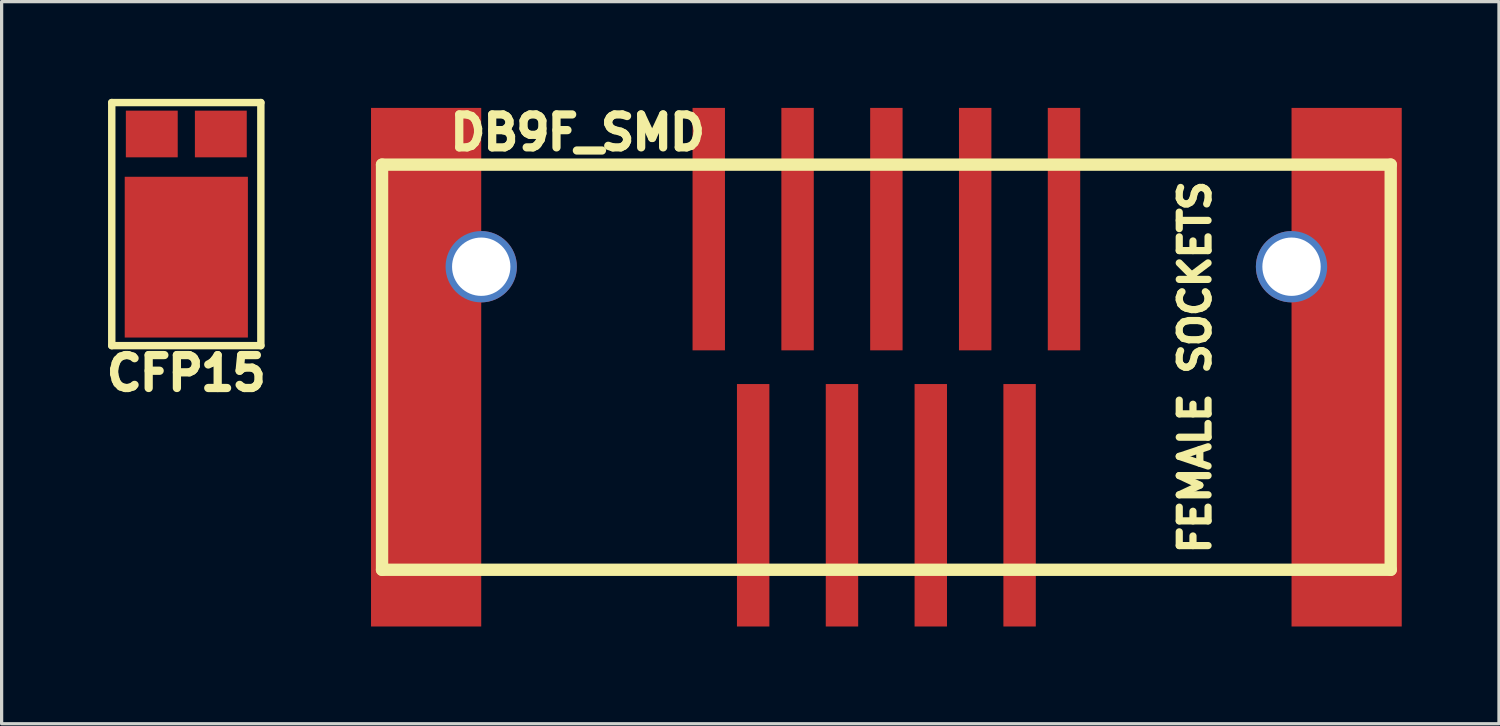
<source format=kicad_pcb>
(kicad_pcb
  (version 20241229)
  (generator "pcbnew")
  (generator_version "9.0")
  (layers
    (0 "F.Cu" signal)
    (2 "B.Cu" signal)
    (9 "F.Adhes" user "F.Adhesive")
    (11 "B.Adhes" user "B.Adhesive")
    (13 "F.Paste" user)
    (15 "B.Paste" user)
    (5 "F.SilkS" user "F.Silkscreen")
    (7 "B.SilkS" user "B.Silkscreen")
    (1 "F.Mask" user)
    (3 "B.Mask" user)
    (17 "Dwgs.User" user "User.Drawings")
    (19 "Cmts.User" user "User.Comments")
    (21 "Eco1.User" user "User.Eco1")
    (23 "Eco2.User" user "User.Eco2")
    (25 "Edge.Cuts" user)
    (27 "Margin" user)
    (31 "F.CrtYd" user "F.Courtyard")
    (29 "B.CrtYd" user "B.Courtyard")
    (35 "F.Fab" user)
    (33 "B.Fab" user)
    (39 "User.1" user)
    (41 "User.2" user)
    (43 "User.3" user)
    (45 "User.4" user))
  (footprint "CFP15"
    (layer "F.Cu")
    (at 2.698 3.864)
    (property "Reference" "CFP15" (at 0 4.6 0) (layer "F.SilkS") (effects (font (size 1.016 1.016) (thickness 0.254))))
    (attr through_hole)
    (fp_line (start -2.3 -3.75) (end 2.3 -3.75) (stroke (width 0.229) (type solid)) (layer "F.SilkS"))
    (fp_line (start -2.3 3.75) (end -2.3 -3.75) (stroke (width 0.229) (type solid)) (layer "F.SilkS"))
    (fp_line (start 2.3 -3.75) (end 2.3 3.75) (stroke (width 0.229) (type solid)) (layer "F.SilkS"))
    (fp_line (start 2.3 3.75) (end -2.3 3.75) (stroke (width 0.229) (type solid)) (layer "F.SilkS"))
    (pad "1" smd rect (at 0 1.02) (size 3.8 4.96) (layers "F.Cu" "F.Mask" "F.Paste"))
    (pad "2" smd rect (at -1.065 -2.78) (size 1.6 1.44) (layers "F.Cu" "F.Mask" "F.Paste"))
    (pad "2" smd rect (at 1.065 -2.78) (size 1.6 1.44) (layers "F.Cu" "F.Mask" "F.Paste")))
  (footprint "DB9F_SMD"
    (layer "F.Cu")
    (at 24.297 8.279)
    (property "Reference" "DB9F_SMD" (at -9.525 -7.239 0) (layer "F.SilkS") (effects (font (size 1.016 1.016) (thickness 0.254))))
    (attr through_hole)
    (fp_line (start -15.56 -6.25) (end -15.56 6.25) (stroke (width 0.381) (type solid)) (layer "F.SilkS"))
    (fp_line (start -15.56 6.25) (end 15.56 6.25) (stroke (width 0.381) (type solid)) (layer "F.SilkS"))
    (fp_line (start 15.56 -6.25) (end -15.56 -6.25) (stroke (width 0.381) (type solid)) (layer "F.SilkS"))
    (fp_line (start 15.56 6.25) (end 15.56 -6.25) (stroke (width 0.381) (type solid)) (layer "F.SilkS"))
    (fp_text user "FEMALE SOCKETS" (at 9.525 0 90) (layer "F.SilkS") (effects (font (size 0.889 0.889) (thickness 0.222))))
    (pad "" smd rect (at -14.2 0) (size 3.4 16) (layers "F.Cu" "F.Mask"))
    (pad "" thru_hole circle (at -12.5 -3.1) (size 2.2 2.2) (drill 1.8) (layers "*.Cu" "*.Mask"))
    (pad "" thru_hole circle (at 12.5 -3.1) (size 2.2 2.2) (drill 1.8) (layers "*.Cu" "*.Mask"))
    (pad "" smd rect (at 14.2 0) (size 3.4 16) (layers "F.Cu" "F.Mask"))
    (pad "1" smd rect (at 5.48 -4.26) (size 1 7.48) (layers "F.Cu" "F.Mask"))
    (pad "2" smd rect (at 2.74 -4.26) (size 1 7.48) (layers "F.Cu" "F.Mask"))
    (pad "3" smd rect (at 0 -4.26) (size 1 7.48) (layers "F.Cu" "F.Mask"))
    (pad "4" smd rect (at -2.74 -4.26) (size 1 7.48) (layers "F.Cu" "F.Mask"))
    (pad "5" smd rect (at -5.48 -4.26) (size 1 7.48) (layers "F.Cu" "F.Mask"))
    (pad "6" smd rect (at 4.11 4.26) (size 1 7.48) (layers "F.Cu" "F.Mask"))
    (pad "7" smd rect (at 1.37 4.26) (size 1 7.48) (layers "F.Cu" "F.Mask"))
    (pad "8" smd rect (at -1.37 4.26) (size 1 7.48) (layers "F.Cu" "F.Mask"))
    (pad "9" smd rect (at -4.11 4.26) (size 1 7.48) (layers "F.Cu" "F.Mask")))
  (gr_rect
    (start -3 -3)
    (end 43.197 19.279)
    (stroke (width 0.1) (type default))
    (fill no)
    (layer "Edge.Cuts")))
</source>
